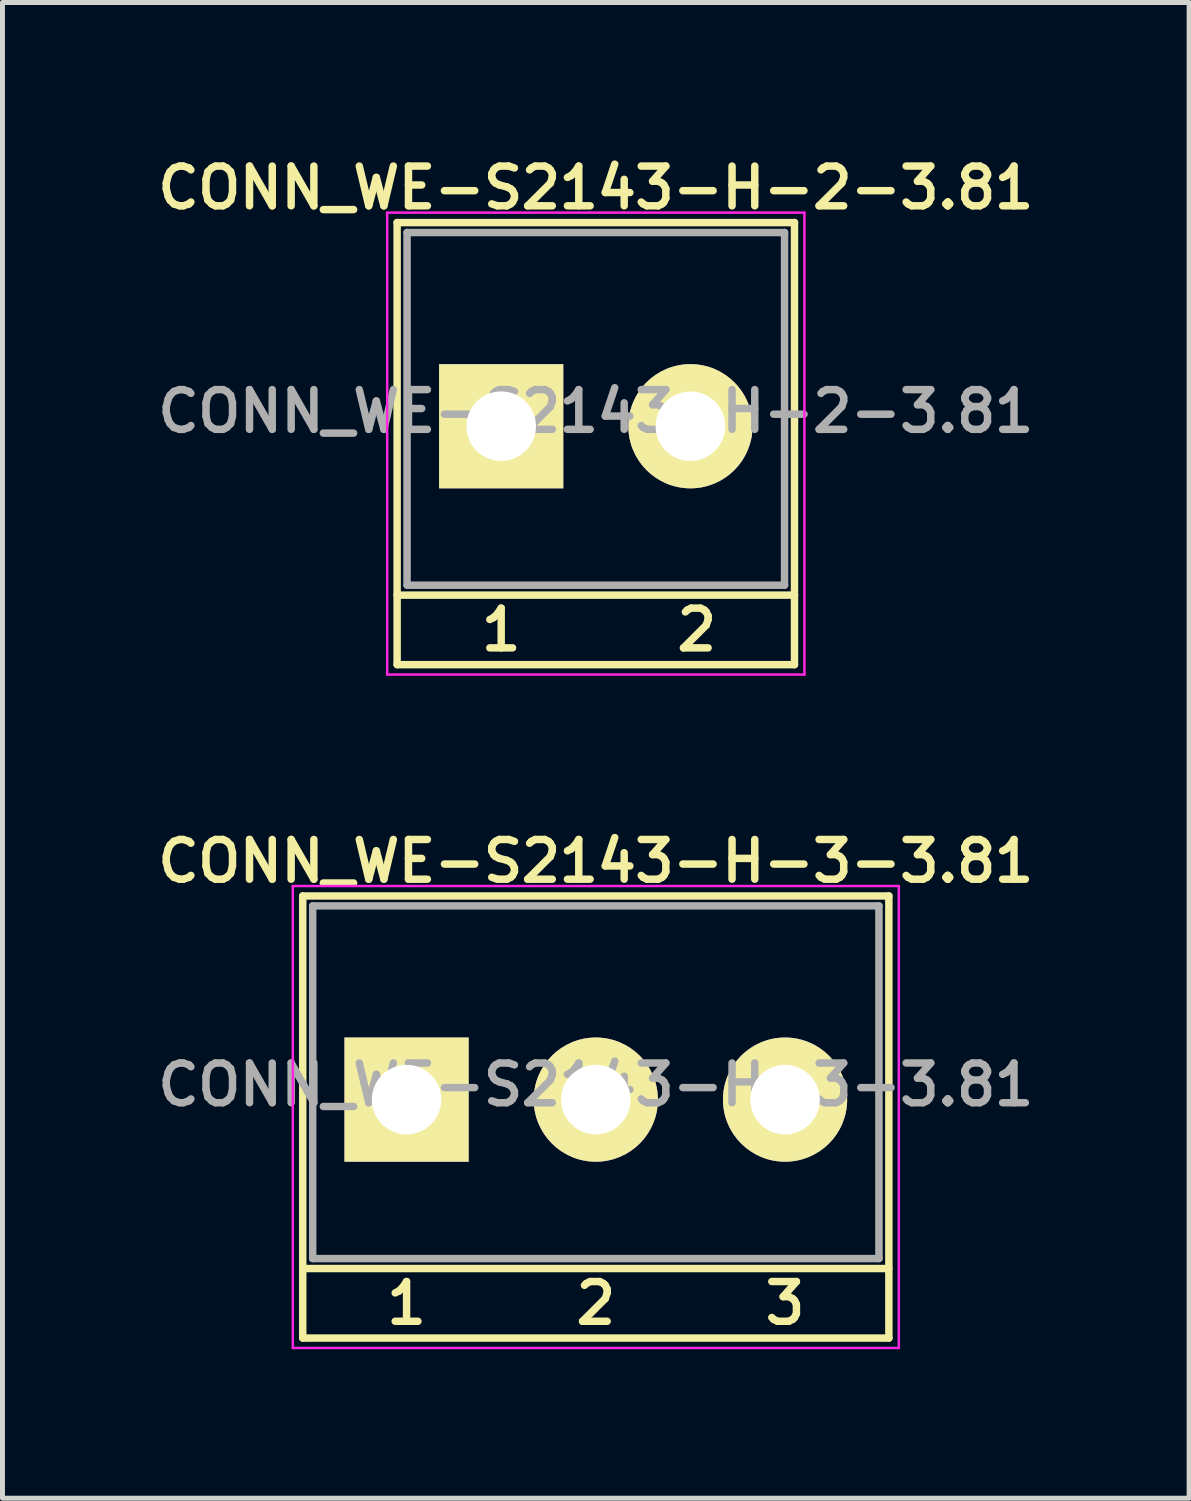
<source format=kicad_pcb>
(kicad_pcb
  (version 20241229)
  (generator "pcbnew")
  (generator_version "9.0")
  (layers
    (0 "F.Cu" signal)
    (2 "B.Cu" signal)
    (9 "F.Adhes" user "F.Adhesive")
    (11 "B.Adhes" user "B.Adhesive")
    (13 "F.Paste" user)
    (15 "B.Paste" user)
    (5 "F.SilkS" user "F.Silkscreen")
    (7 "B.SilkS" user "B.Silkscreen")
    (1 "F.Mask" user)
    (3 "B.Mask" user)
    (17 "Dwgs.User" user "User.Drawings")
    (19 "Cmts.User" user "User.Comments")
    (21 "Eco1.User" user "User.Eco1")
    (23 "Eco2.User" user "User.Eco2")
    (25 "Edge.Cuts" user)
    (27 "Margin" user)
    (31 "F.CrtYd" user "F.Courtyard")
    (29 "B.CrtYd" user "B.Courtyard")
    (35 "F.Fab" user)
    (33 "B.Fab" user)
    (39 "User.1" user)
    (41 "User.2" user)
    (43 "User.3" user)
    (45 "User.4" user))
  (footprint "CONN_WE-S2143-H-3-3.81"
    (layer "F.Cu")
    (at 8.945 18.788)
    (property "Reference" "CONN_WE-S2143-H-3-3.81" (at 0 -4.5 0) (layer "F.SilkS") (effects (font (size 0.8 0.8) (thickness 0.15))))
    (attr through_hole)
    (fp_line (start -5.9 -3.8) (end 5.9 -3.8) (stroke (width 0.15) (type solid)) (layer "F.SilkS"))
    (fp_line (start -5.9 5.1) (end -5.9 -3.8) (stroke (width 0.15) (type solid)) (layer "F.SilkS"))
    (fp_line (start -5.9 5.1) (end 5.9 5.1) (stroke (width 0.15) (type solid)) (layer "F.SilkS"))
    (fp_line (start 5.9 -3.8) (end 5.9 5.1) (stroke (width 0.15) (type solid)) (layer "F.SilkS"))
    (fp_line (start 5.9 3.7) (end -5.9 3.7) (stroke (width 0.15) (type solid)) (layer "F.SilkS"))
    (fp_line (start -6.1 -4) (end 6.1 -4) (stroke (width 0.05) (type solid)) (layer "F.CrtYd"))
    (fp_line (start -6.1 5.3) (end -6.1 -4) (stroke (width 0.05) (type solid)) (layer "F.CrtYd"))
    (fp_line (start 6.1 -4) (end 6.1 5.3) (stroke (width 0.05) (type solid)) (layer "F.CrtYd"))
    (fp_line (start 6.1 5.3) (end -6.1 5.3) (stroke (width 0.05) (type solid)) (layer "F.CrtYd"))
    (fp_line (start -5.7 -3.6) (end -5.7 3.5) (stroke (width 0.15) (type solid)) (layer "F.Fab"))
    (fp_line (start -5.7 -3.6) (end 5.7 -3.6) (stroke (width 0.15) (type solid)) (layer "F.Fab"))
    (fp_line (start 5.7 3.5) (end -5.7 3.5) (stroke (width 0.15) (type solid)) (layer "F.Fab"))
    (fp_line (start 5.7 3.5) (end 5.7 -3.6) (stroke (width 0.15) (type solid)) (layer "F.Fab"))
    (fp_text user "2" (at 0 4.4 0) (layer "F.SilkS") (effects (font (size 0.8 0.8) (thickness 0.15))))
    (fp_text user "1" (at -3.81 4.4 0) (layer "F.SilkS") (effects (font (size 0.8 0.8) (thickness 0.15))))
    (fp_text user "3" (at 3.81 4.4 0) (layer "F.SilkS") (effects (font (size 0.8 0.8) (thickness 0.15))))
    (fp_text user "${REFERENCE}" (at 0 0 0) (layer "F.Fab") (effects (font (size 0.8 0.8) (thickness 0.15))))
    (pad "1" thru_hole rect (at -3.81 0.3 180) (size 2.5 2.5) (drill 1.4) (layers "*.Cu" "*.Mask" "F.SilkS"))
    (pad "2" thru_hole circle (at 0 0.3 180) (size 2.5 2.5) (drill 1.4) (layers "*.Cu" "*.Mask" "F.SilkS"))
    (pad "3" thru_hole circle (at 3.81 0.3 180) (size 2.5 2.5) (drill 1.4) (layers "*.Cu" "*.Mask" "F.SilkS")))
  (footprint "CONN_WE-S2143-H-2-3.81"
    (layer "F.Cu")
    (at 8.945 5.231)
    (property "Reference" "CONN_WE-S2143-H-2-3.81" (at 0 -4.5 0) (layer "F.SilkS") (effects (font (size 0.8 0.8) (thickness 0.15))))
    (attr through_hole)
    (fp_line (start -4 -3.8) (end 4 -3.8) (stroke (width 0.15) (type solid)) (layer "F.SilkS"))
    (fp_line (start -4 5.1) (end -4 -3.8) (stroke (width 0.15) (type solid)) (layer "F.SilkS"))
    (fp_line (start -4 5.1) (end 4 5.1) (stroke (width 0.15) (type solid)) (layer "F.SilkS"))
    (fp_line (start 4 -3.8) (end 4 5.1) (stroke (width 0.15) (type solid)) (layer "F.SilkS"))
    (fp_line (start 4 3.7) (end -4 3.7) (stroke (width 0.15) (type solid)) (layer "F.SilkS"))
    (fp_line (start -4.2 -4) (end 4.2 -4) (stroke (width 0.05) (type solid)) (layer "F.CrtYd"))
    (fp_line (start -4.2 5.3) (end -4.2 -4) (stroke (width 0.05) (type solid)) (layer "F.CrtYd"))
    (fp_line (start 4.2 -4) (end 4.2 5.3) (stroke (width 0.05) (type solid)) (layer "F.CrtYd"))
    (fp_line (start 4.2 5.3) (end -4.2 5.3) (stroke (width 0.05) (type solid)) (layer "F.CrtYd"))
    (fp_line (start -3.8 -3.6) (end -3.8 3.5) (stroke (width 0.15) (type solid)) (layer "F.Fab"))
    (fp_line (start -3.8 -3.6) (end 3.8 -3.6) (stroke (width 0.15) (type solid)) (layer "F.Fab"))
    (fp_line (start 3.8 3.5) (end -3.8 3.5) (stroke (width 0.15) (type solid)) (layer "F.Fab"))
    (fp_line (start 3.8 3.5) (end 3.8 -3.6) (stroke (width 0.15) (type solid)) (layer "F.Fab"))
    (fp_text user "2" (at 2.032 4.4 0) (layer "F.SilkS") (effects (font (size 0.8 0.8) (thickness 0.15))))
    (fp_text user "1" (at -1.905 4.4 0) (layer "F.SilkS") (effects (font (size 0.8 0.8) (thickness 0.15))))
    (fp_text user "${REFERENCE}" (at 0 0 0) (layer "F.Fab") (effects (font (size 0.8 0.8) (thickness 0.15))))
    (pad "1" thru_hole rect (at -1.905 0.3 180) (size 2.5 2.5) (drill 1.4) (layers "*.Cu" "*.Mask" "F.SilkS"))
    (pad "2" thru_hole circle (at 1.905 0.3 180) (size 2.5 2.5) (drill 1.4) (layers "*.Cu" "*.Mask" "F.SilkS")))
  (gr_rect
    (start -3 -3)
    (end 20.89 27.113)
    (stroke (width 0.1) (type default))
    (fill no)
    (layer "Edge.Cuts")))
</source>
